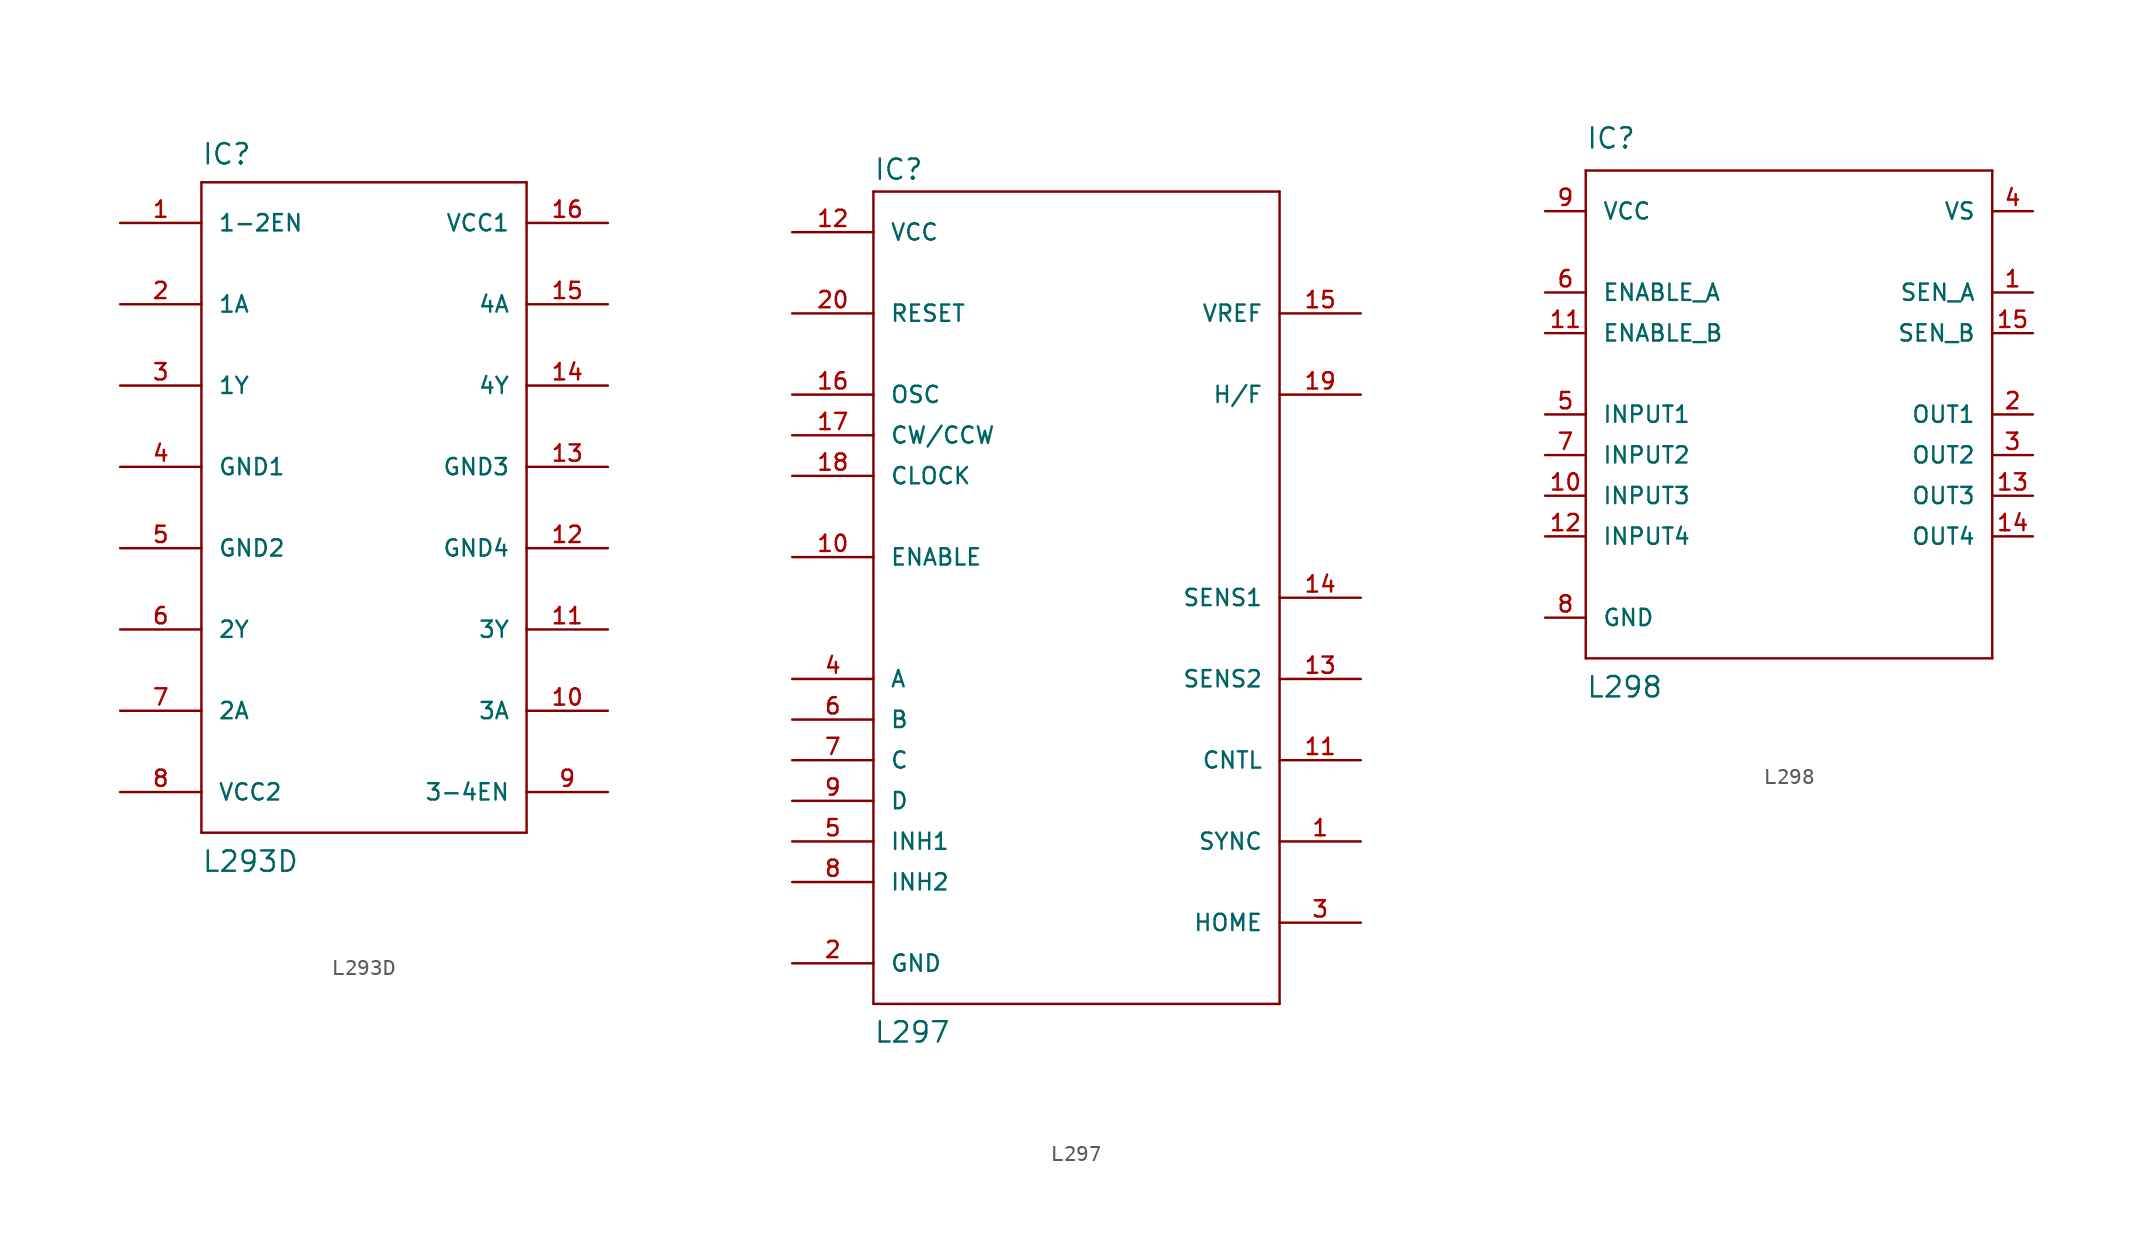
<source format=kicad_sym>
(kicad_symbol_lib
  (version 20211014)
  (generator kicad_symbol_editor)
  (symbol "L293D"
    (pin_names
      (offset 1.016))
    (property "Reference" "IC"
      (at -10.16 21.336 0)
      (effects (font (size 1.27 1.27)) (justify left bottom)))
    (property "Value" "L293D"
      (at -10.16 -22.86 0)
      (effects (font (size 1.27 1.27)) (justify left bottom)))
    (property "ki_locked" ""
      (at 0 0 0)
      (effects (font (size 1.27 1.27))))
    (symbol "L293D_1_0"
      (polyline (pts (xy -10.16 -20.32) (xy 10.16 -20.32)) (stroke (width 0) (type default) (color 0 0 0 0)) (fill (type none)))
      (polyline (pts (xy -10.16 20.32) (xy -10.16 -20.32)) (stroke (width 0) (type default) (color 0 0 0 0)) (fill (type none)))
      (polyline (pts (xy 10.16 -20.32) (xy 10.16 20.32)) (stroke (width 0) (type default) (color 0 0 0 0)) (fill (type none)))
      (polyline (pts (xy 10.16 20.32) (xy -10.16 20.32)) (stroke (width 0) (type default) (color 0 0 0 0)) (fill (type none))))
    (symbol "L293D_1_1"
      (pin input line (at -15.24 17.78 0) (length 5.08) (name "1-2EN" (effects (font (size 1.016 1.016)))) (number "1" (effects (font (size 1.016 1.016)))))
      (pin input line (at 15.24 -12.7 180) (length 5.08) (name "3A" (effects (font (size 1.016 1.016)))) (number "10" (effects (font (size 1.016 1.016)))))
      (pin output line (at 15.24 -7.62 180) (length 5.08) (name "3Y" (effects (font (size 1.016 1.016)))) (number "11" (effects (font (size 1.016 1.016)))))
      (pin power_in line (at 15.24 -2.54 180) (length 5.08) (name "GND4" (effects (font (size 1.016 1.016)))) (number "12" (effects (font (size 1.016 1.016)))))
      (pin power_in line (at 15.24 2.54 180) (length 5.08) (name "GND3" (effects (font (size 1.016 1.016)))) (number "13" (effects (font (size 1.016 1.016)))))
      (pin output line (at 15.24 7.62 180) (length 5.08) (name "4Y" (effects (font (size 1.016 1.016)))) (number "14" (effects (font (size 1.016 1.016)))))
      (pin input line (at 15.24 12.7 180) (length 5.08) (name "4A" (effects (font (size 1.016 1.016)))) (number "15" (effects (font (size 1.016 1.016)))))
      (pin power_in line (at 15.24 17.78 180) (length 5.08) (name "VCC1" (effects (font (size 1.016 1.016)))) (number "16" (effects (font (size 1.016 1.016)))))
      (pin input line (at -15.24 12.7 0) (length 5.08) (name "1A" (effects (font (size 1.016 1.016)))) (number "2" (effects (font (size 1.016 1.016)))))
      (pin output line (at -15.24 7.62 0) (length 5.08) (name "1Y" (effects (font (size 1.016 1.016)))) (number "3" (effects (font (size 1.016 1.016)))))
      (pin power_in line (at -15.24 2.54 0) (length 5.08) (name "GND1" (effects (font (size 1.016 1.016)))) (number "4" (effects (font (size 1.016 1.016)))))
      (pin power_in line (at -15.24 -2.54 0) (length 5.08) (name "GND2" (effects (font (size 1.016 1.016)))) (number "5" (effects (font (size 1.016 1.016)))))
      (pin output line (at -15.24 -7.62 0) (length 5.08) (name "2Y" (effects (font (size 1.016 1.016)))) (number "6" (effects (font (size 1.016 1.016)))))
      (pin input line (at -15.24 -12.7 0) (length 5.08) (name "2A" (effects (font (size 1.016 1.016)))) (number "7" (effects (font (size 1.016 1.016)))))
      (pin power_in line (at -15.24 -17.78 0) (length 5.08) (name "VCC2" (effects (font (size 1.016 1.016)))) (number "8" (effects (font (size 1.016 1.016)))))
      (pin input line (at 15.24 -17.78 180) (length 5.08) (name "3-4EN" (effects (font (size 1.016 1.016)))) (number "9" (effects (font (size 1.016 1.016)))))))
  (symbol "L297"
    (pin_names
      (offset 1.016))
    (property "Reference" "IC"
      (at -12.7 18.415 0)
      (effects (font (size 1.27 1.27)) (justify left bottom)))
    (property "Value" "L297"
      (at -12.7 -35.535 0)
      (effects (font (size 1.27 1.27)) (justify left bottom)))
    (property "ki_locked" ""
      (at 0 0 0)
      (effects (font (size 1.27 1.27))))
    (symbol "L297_1_0"
      (polyline (pts (xy -12.7 -33.02) (xy 12.7 -33.02)) (stroke (width 0) (type default) (color 0 0 0 0)) (fill (type none)))
      (polyline (pts (xy -12.7 17.78) (xy -12.7 -33.02)) (stroke (width 0) (type default) (color 0 0 0 0)) (fill (type none)))
      (polyline (pts (xy 12.7 -33.02) (xy 12.7 17.78)) (stroke (width 0) (type default) (color 0 0 0 0)) (fill (type none)))
      (polyline (pts (xy 12.7 17.78) (xy -12.7 17.78)) (stroke (width 0) (type default) (color 0 0 0 0)) (fill (type none))))
    (symbol "L297_1_1"
      (pin output line (at 17.78 -22.86 180) (length 5.08) (name "SYNC" (effects (font (size 1.016 1.016)))) (number "1" (effects (font (size 1.016 1.016)))))
      (pin input line (at -17.78 -5.08 0) (length 5.08) (name "ENABLE" (effects (font (size 1.016 1.016)))) (number "10" (effects (font (size 1.016 1.016)))))
      (pin input line (at 17.78 -17.78 180) (length 5.08) (name "CNTL" (effects (font (size 1.016 1.016)))) (number "11" (effects (font (size 1.016 1.016)))))
      (pin power_in line (at -17.78 15.24 0) (length 5.08) (name "VCC" (effects (font (size 1.016 1.016)))) (number "12" (effects (font (size 1.016 1.016)))))
      (pin output line (at 17.78 -12.7 180) (length 5.08) (name "SENS2" (effects (font (size 1.016 1.016)))) (number "13" (effects (font (size 1.016 1.016)))))
      (pin output line (at 17.78 -7.62 180) (length 5.08) (name "SENS1" (effects (font (size 1.016 1.016)))) (number "14" (effects (font (size 1.016 1.016)))))
      (pin input line (at 17.78 10.16 180) (length 5.08) (name "VREF" (effects (font (size 1.016 1.016)))) (number "15" (effects (font (size 1.016 1.016)))))
      (pin bidirectional line (at -17.78 5.08 0) (length 5.08) (name "OSC" (effects (font (size 1.016 1.016)))) (number "16" (effects (font (size 1.016 1.016)))))
      (pin input line (at -17.78 2.54 0) (length 5.08) (name "CW/CCW" (effects (font (size 1.016 1.016)))) (number "17" (effects (font (size 1.016 1.016)))))
      (pin input line (at -17.78 0 0) (length 5.08) (name "CLOCK" (effects (font (size 1.016 1.016)))) (number "18" (effects (font (size 1.016 1.016)))))
      (pin input line (at 17.78 5.08 180) (length 5.08) (name "H/F" (effects (font (size 1.016 1.016)))) (number "19" (effects (font (size 1.016 1.016)))))
      (pin power_in line (at -17.78 -30.48 0) (length 5.08) (name "GND" (effects (font (size 1.016 1.016)))) (number "2" (effects (font (size 1.016 1.016)))))
      (pin input line (at -17.78 10.16 0) (length 5.08) (name "RESET" (effects (font (size 1.016 1.016)))) (number "20" (effects (font (size 1.016 1.016)))))
      (pin output line (at 17.78 -27.94 180) (length 5.08) (name "HOME" (effects (font (size 1.016 1.016)))) (number "3" (effects (font (size 1.016 1.016)))))
      (pin output line (at -17.78 -12.7 0) (length 5.08) (name "A" (effects (font (size 1.016 1.016)))) (number "4" (effects (font (size 1.016 1.016)))))
      (pin output line (at -17.78 -22.86 0) (length 5.08) (name "INH1" (effects (font (size 1.016 1.016)))) (number "5" (effects (font (size 1.016 1.016)))))
      (pin output line (at -17.78 -15.24 0) (length 5.08) (name "B" (effects (font (size 1.016 1.016)))) (number "6" (effects (font (size 1.016 1.016)))))
      (pin output line (at -17.78 -17.78 0) (length 5.08) (name "C" (effects (font (size 1.016 1.016)))) (number "7" (effects (font (size 1.016 1.016)))))
      (pin output line (at -17.78 -25.4 0) (length 5.08) (name "INH2" (effects (font (size 1.016 1.016)))) (number "8" (effects (font (size 1.016 1.016)))))
      (pin output line (at -17.78 -20.32 0) (length 5.08) (name "D" (effects (font (size 1.016 1.016)))) (number "9" (effects (font (size 1.016 1.016)))))))
  (symbol "L298"
    (pin_names
      (offset 1.016))
    (property "Reference" "IC"
      (at -12.7 19.05 0)
      (effects (font (size 1.27 1.27)) (justify left bottom)))
    (property "Value" "L298"
      (at -12.7 -15.24 0)
      (effects (font (size 1.27 1.27)) (justify left bottom)))
    (property "ki_locked" ""
      (at 0 0 0)
      (effects (font (size 1.27 1.27))))
    (symbol "L298_1_0"
      (polyline (pts (xy -12.7 -12.7) (xy -12.7 17.78)) (stroke (width 0) (type default) (color 0 0 0 0)) (fill (type none)))
      (polyline (pts (xy -12.7 17.78) (xy 12.7 17.78)) (stroke (width 0) (type default) (color 0 0 0 0)) (fill (type none)))
      (polyline (pts (xy 12.7 -12.7) (xy -12.7 -12.7)) (stroke (width 0) (type default) (color 0 0 0 0)) (fill (type none)))
      (polyline (pts (xy 12.7 17.78) (xy 12.7 -12.7)) (stroke (width 0) (type default) (color 0 0 0 0)) (fill (type none))))
    (symbol "L298_1_1"
      (pin input line (at 15.24 10.16 180) (length 2.54) (name "SEN_A" (effects (font (size 1.016 1.016)))) (number "1" (effects (font (size 1.016 1.016)))))
      (pin input line (at -15.24 -2.54 0) (length 2.54) (name "INPUT3" (effects (font (size 1.016 1.016)))) (number "10" (effects (font (size 1.016 1.016)))))
      (pin input line (at -15.24 7.62 0) (length 2.54) (name "ENABLE_B" (effects (font (size 1.016 1.016)))) (number "11" (effects (font (size 1.016 1.016)))))
      (pin input line (at -15.24 -5.08 0) (length 2.54) (name "INPUT4" (effects (font (size 1.016 1.016)))) (number "12" (effects (font (size 1.016 1.016)))))
      (pin output line (at 15.24 -2.54 180) (length 2.54) (name "OUT3" (effects (font (size 1.016 1.016)))) (number "13" (effects (font (size 1.016 1.016)))))
      (pin output line (at 15.24 -5.08 180) (length 2.54) (name "OUT4" (effects (font (size 1.016 1.016)))) (number "14" (effects (font (size 1.016 1.016)))))
      (pin input line (at 15.24 7.62 180) (length 2.54) (name "SEN_B" (effects (font (size 1.016 1.016)))) (number "15" (effects (font (size 1.016 1.016)))))
      (pin output line (at 15.24 2.54 180) (length 2.54) (name "OUT1" (effects (font (size 1.016 1.016)))) (number "2" (effects (font (size 1.016 1.016)))))
      (pin output line (at 15.24 0 180) (length 2.54) (name "OUT2" (effects (font (size 1.016 1.016)))) (number "3" (effects (font (size 1.016 1.016)))))
      (pin power_in line (at 15.24 15.24 180) (length 2.54) (name "VS" (effects (font (size 1.016 1.016)))) (number "4" (effects (font (size 1.016 1.016)))))
      (pin input line (at -15.24 2.54 0) (length 2.54) (name "INPUT1" (effects (font (size 1.016 1.016)))) (number "5" (effects (font (size 1.016 1.016)))))
      (pin input line (at -15.24 10.16 0) (length 2.54) (name "ENABLE_A" (effects (font (size 1.016 1.016)))) (number "6" (effects (font (size 1.016 1.016)))))
      (pin input line (at -15.24 0 0) (length 2.54) (name "INPUT2" (effects (font (size 1.016 1.016)))) (number "7" (effects (font (size 1.016 1.016)))))
      (pin power_in line (at -15.24 -10.16 0) (length 2.54) (name "GND" (effects (font (size 1.016 1.016)))) (number "8" (effects (font (size 1.016 1.016)))))
      (pin power_in line (at -15.24 15.24 0) (length 2.54) (name "VCC" (effects (font (size 1.016 1.016)))) (number "9" (effects (font (size 1.016 1.016))))))))
</source>
